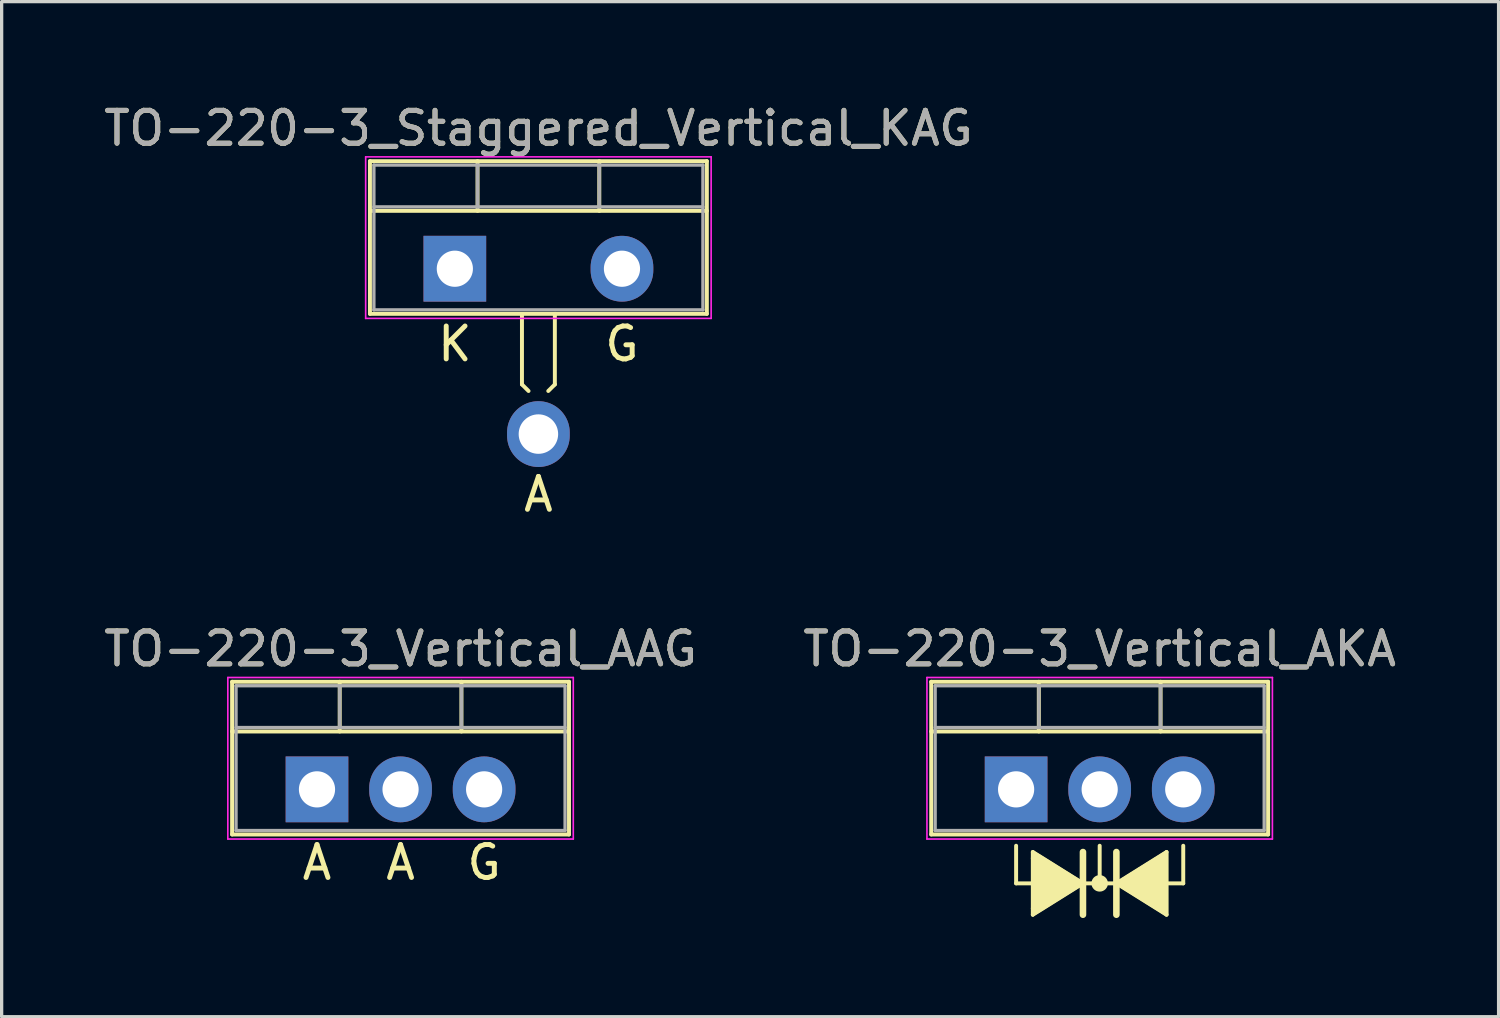
<source format=kicad_pcb>
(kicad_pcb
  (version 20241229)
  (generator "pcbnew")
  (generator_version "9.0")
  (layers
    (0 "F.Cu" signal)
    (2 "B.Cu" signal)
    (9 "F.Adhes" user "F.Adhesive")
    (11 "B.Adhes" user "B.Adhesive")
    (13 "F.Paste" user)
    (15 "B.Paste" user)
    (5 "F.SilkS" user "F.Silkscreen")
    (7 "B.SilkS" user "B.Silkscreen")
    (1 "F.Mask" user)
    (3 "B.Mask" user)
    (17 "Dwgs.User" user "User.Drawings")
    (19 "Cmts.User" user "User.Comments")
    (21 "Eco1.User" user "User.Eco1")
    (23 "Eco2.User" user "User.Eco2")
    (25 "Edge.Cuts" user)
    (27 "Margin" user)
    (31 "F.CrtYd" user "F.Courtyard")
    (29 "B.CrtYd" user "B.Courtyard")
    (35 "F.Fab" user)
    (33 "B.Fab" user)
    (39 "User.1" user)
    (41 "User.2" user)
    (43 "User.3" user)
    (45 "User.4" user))
  (footprint "TO-220-3_Staggered_Vertical_KAG"
    (layer "F.Cu")
    (at 10.775 5.118)
    (property "Reference" "TO-220-3_Staggered_Vertical_KAG" (at 2.54 -4.27 0) (layer "F.SilkS") (effects (font (size 1 1) (thickness 0.15))))
    (fp_line (start -2.58 -3.27) (end -2.58 1.371) (stroke (width 0.12) (type solid)) (layer "F.SilkS"))
    (fp_line (start -2.58 -3.27) (end 7.66 -3.27) (stroke (width 0.12) (type solid)) (layer "F.SilkS"))
    (fp_line (start -2.58 -1.76) (end 7.66 -1.76) (stroke (width 0.12) (type solid)) (layer "F.SilkS"))
    (fp_line (start -2.58 1.371) (end 3.048 1.371) (stroke (width 0.12) (type solid)) (layer "F.SilkS"))
    (fp_line (start 0.69 -3.27) (end 0.69 -1.76) (stroke (width 0.12) (type solid)) (layer "F.SilkS"))
    (fp_line (start 2.04 1.417) (end 2.04 3.517) (stroke (width 0.12) (type solid)) (layer "F.SilkS"))
    (fp_line (start 2.04 3.517) (end 2.24 3.716) (stroke (width 0.12) (type solid)) (layer "F.SilkS"))
    (fp_line (start 3.04 1.417) (end 3.04 3.517) (stroke (width 0.12) (type solid)) (layer "F.SilkS"))
    (fp_line (start 3.04 3.517) (end 2.84 3.716) (stroke (width 0.12) (type solid)) (layer "F.SilkS"))
    (fp_line (start 4.391 -3.27) (end 4.391 -1.76) (stroke (width 0.12) (type solid)) (layer "F.SilkS"))
    (fp_line (start 7.66 -3.27) (end 7.66 1.371) (stroke (width 0.12) (type solid)) (layer "F.SilkS"))
    (fp_line (start 7.66 1.371) (end 3.048 1.371) (stroke (width 0.12) (type solid)) (layer "F.SilkS"))
    (fp_line (start -2.71 -3.4) (end -2.71 1.51) (stroke (width 0.05) (type solid)) (layer "F.CrtYd"))
    (fp_line (start -2.71 1.51) (end 7.79 1.51) (stroke (width 0.05) (type solid)) (layer "F.CrtYd"))
    (fp_line (start 7.79 -3.4) (end -2.71 -3.4) (stroke (width 0.05) (type solid)) (layer "F.CrtYd"))
    (fp_line (start 7.79 1.51) (end 7.79 -3.4) (stroke (width 0.05) (type solid)) (layer "F.CrtYd"))
    (fp_line (start -2.46 -3.15) (end -2.46 1.25) (stroke (width 0.1) (type solid)) (layer "F.Fab"))
    (fp_line (start -2.46 -1.88) (end 7.54 -1.88) (stroke (width 0.1) (type solid)) (layer "F.Fab"))
    (fp_line (start -2.46 1.25) (end 7.54 1.25) (stroke (width 0.1) (type solid)) (layer "F.Fab"))
    (fp_line (start 0.69 -3.15) (end 0.69 -1.88) (stroke (width 0.1) (type solid)) (layer "F.Fab"))
    (fp_line (start 4.39 -3.15) (end 4.39 -1.88) (stroke (width 0.1) (type solid)) (layer "F.Fab"))
    (fp_line (start 7.54 -3.15) (end -2.46 -3.15) (stroke (width 0.1) (type solid)) (layer "F.Fab"))
    (fp_line (start 7.54 1.25) (end 7.54 -3.15) (stroke (width 0.1) (type solid)) (layer "F.Fab"))
    (fp_text user "A" (at 2.54 6.858 0) (unlocked yes) (layer "F.SilkS") (effects (font (size 1 1) (thickness 0.15))))
    (fp_text user "K" (at 0 2.286 0) (unlocked yes) (layer "F.SilkS") (effects (font (size 1 1) (thickness 0.15))))
    (fp_text user "G" (at 5.08 2.286 0) (unlocked yes) (layer "F.SilkS") (effects (font (size 1 1) (thickness 0.15))))
    (fp_text user "${REFERENCE}" (at 2.54 -4.27 0) (layer "F.Fab") (effects (font (size 1 1) (thickness 0.15))))
    (pad "1" thru_hole rect (at 0 0) (size 1.905 2) (drill 1.1) (layers "*.Cu" "*.Mask"))
    (pad "2" thru_hole oval (at 2.54 5.026) (size 1.905 2) (drill 1.2) (layers "*.Cu" "*.Mask"))
    (pad "3" thru_hole oval (at 5.08 0) (size 1.905 2) (drill 1.1) (layers "*.Cu" "*.Mask")))
  (footprint "TO-220-3_Vertical_AAG"
    (layer "F.Cu")
    (at 6.585 20.943)
    (property "Reference" "TO-220-3_Vertical_AAG" (at 2.54 -4.27 0) (layer "F.SilkS") (effects (font (size 1 1) (thickness 0.15))))
    (fp_line (start -2.58 -3.27) (end -2.58 1.371) (stroke (width 0.12) (type solid)) (layer "F.SilkS"))
    (fp_line (start -2.58 -3.27) (end 7.66 -3.27) (stroke (width 0.12) (type solid)) (layer "F.SilkS"))
    (fp_line (start -2.58 -1.76) (end 7.66 -1.76) (stroke (width 0.12) (type solid)) (layer "F.SilkS"))
    (fp_line (start -2.58 1.371) (end 7.66 1.371) (stroke (width 0.12) (type solid)) (layer "F.SilkS"))
    (fp_line (start 0.69 -3.27) (end 0.69 -1.76) (stroke (width 0.12) (type solid)) (layer "F.SilkS"))
    (fp_line (start 4.391 -3.27) (end 4.391 -1.76) (stroke (width 0.12) (type solid)) (layer "F.SilkS"))
    (fp_line (start 7.66 -3.27) (end 7.66 1.371) (stroke (width 0.12) (type solid)) (layer "F.SilkS"))
    (fp_line (start -2.71 -3.4) (end -2.71 1.51) (stroke (width 0.05) (type solid)) (layer "F.CrtYd"))
    (fp_line (start -2.71 1.51) (end 7.79 1.51) (stroke (width 0.05) (type solid)) (layer "F.CrtYd"))
    (fp_line (start 7.79 -3.4) (end -2.71 -3.4) (stroke (width 0.05) (type solid)) (layer "F.CrtYd"))
    (fp_line (start 7.79 1.51) (end 7.79 -3.4) (stroke (width 0.05) (type solid)) (layer "F.CrtYd"))
    (fp_line (start -2.46 -3.15) (end -2.46 1.25) (stroke (width 0.1) (type solid)) (layer "F.Fab"))
    (fp_line (start -2.46 -1.88) (end 7.54 -1.88) (stroke (width 0.1) (type solid)) (layer "F.Fab"))
    (fp_line (start -2.46 1.25) (end 7.54 1.25) (stroke (width 0.1) (type solid)) (layer "F.Fab"))
    (fp_line (start 0.69 -3.15) (end 0.69 -1.88) (stroke (width 0.1) (type solid)) (layer "F.Fab"))
    (fp_line (start 4.39 -3.15) (end 4.39 -1.88) (stroke (width 0.1) (type solid)) (layer "F.Fab"))
    (fp_line (start 7.54 -3.15) (end -2.46 -3.15) (stroke (width 0.1) (type solid)) (layer "F.Fab"))
    (fp_line (start 7.54 1.25) (end 7.54 -3.15) (stroke (width 0.1) (type solid)) (layer "F.Fab"))
    (fp_text user "A" (at 0 2.223 0) (unlocked yes) (layer "F.SilkS") (effects (font (size 1 1) (thickness 0.15))))
    (fp_text user "A" (at 2.54 2.223 0) (unlocked yes) (layer "F.SilkS") (effects (font (size 1 1) (thickness 0.15))))
    (fp_text user "G" (at 5.08 2.223 0) (unlocked yes) (layer "F.SilkS") (effects (font (size 1 1) (thickness 0.15))))
    (fp_text user "${REFERENCE}" (at 2.54 -4.27 0) (layer "F.Fab") (effects (font (size 1 1) (thickness 0.15))))
    (pad "1" thru_hole rect (at 0 0) (size 1.905 2) (drill 1.1) (layers "*.Cu" "*.Mask"))
    (pad "2" thru_hole oval (at 2.54 0) (size 1.905 2) (drill 1.1) (layers "*.Cu" "*.Mask"))
    (pad "3" thru_hole oval (at 5.08 0) (size 1.905 2) (drill 1.1) (layers "*.Cu" "*.Mask")))
  (footprint "TO-220-3_Vertical_AKA"
    (layer "F.Cu")
    (at 27.835 20.943)
    (property "Reference" "TO-220-3_Vertical_AKA" (at 2.54 -4.27 0) (layer "F.SilkS") (effects (font (size 1 1) (thickness 0.15))))
    (attr through_hole)
    (fp_line (start -2.58 -3.27) (end -2.58 1.371) (stroke (width 0.12) (type solid)) (layer "F.SilkS"))
    (fp_line (start -2.58 -3.27) (end 7.66 -3.27) (stroke (width 0.12) (type solid)) (layer "F.SilkS"))
    (fp_line (start -2.58 -1.76) (end 7.66 -1.76) (stroke (width 0.12) (type solid)) (layer "F.SilkS"))
    (fp_line (start -2.58 1.371) (end 7.66 1.371) (stroke (width 0.12) (type solid)) (layer "F.SilkS"))
    (fp_line (start 0 1.714) (end 0 2.857) (stroke (width 0.12) (type solid)) (layer "F.SilkS"))
    (fp_line (start 0 2.857) (end 0.508 2.857) (stroke (width 0.12) (type solid)) (layer "F.SilkS"))
    (fp_line (start 0.508 2.095) (end 0.508 1.905) (stroke (width 0.12) (type solid)) (layer "F.SilkS"))
    (fp_line (start 0.508 2.095) (end 0.508 3.619) (stroke (width 0.12) (type solid)) (layer "F.SilkS"))
    (fp_line (start 0.508 3.619) (end 0.508 3.81) (stroke (width 0.12) (type solid)) (layer "F.SilkS"))
    (fp_line (start 0.69 -3.27) (end 0.69 -1.76) (stroke (width 0.12) (type solid)) (layer "F.SilkS"))
    (fp_line (start 2.032 2.857) (end 0.508 1.905) (stroke (width 0.12) (type solid)) (layer "F.SilkS"))
    (fp_line (start 2.032 2.857) (end 0.508 3.81) (stroke (width 0.12) (type solid)) (layer "F.SilkS"))
    (fp_line (start 2.032 3.81) (end 2.032 1.905) (stroke (width 0.2) (type solid)) (layer "F.SilkS"))
    (fp_line (start 2.54 1.714) (end 2.54 2.857) (stroke (width 0.12) (type solid)) (layer "F.SilkS"))
    (fp_line (start 2.54 2.857) (end 2.032 2.857) (stroke (width 0.12) (type solid)) (layer "F.SilkS"))
    (fp_line (start 2.54 2.857) (end 3.048 2.857) (stroke (width 0.12) (type solid)) (layer "F.SilkS"))
    (fp_line (start 3.048 1.905) (end 3.048 3.81) (stroke (width 0.2) (type solid)) (layer "F.SilkS"))
    (fp_line (start 3.048 2.857) (end 4.572 3.81) (stroke (width 0.12) (type solid)) (layer "F.SilkS"))
    (fp_line (start 4.391 -3.27) (end 4.391 -1.76) (stroke (width 0.12) (type solid)) (layer "F.SilkS"))
    (fp_line (start 4.572 1.905) (end 3.048 2.857) (stroke (width 0.12) (type solid)) (layer "F.SilkS"))
    (fp_line (start 4.572 3.81) (end 4.572 1.905) (stroke (width 0.12) (type solid)) (layer "F.SilkS"))
    (fp_line (start 5.08 1.714) (end 5.08 2.857) (stroke (width 0.12) (type solid)) (layer "F.SilkS"))
    (fp_line (start 5.08 2.857) (end 4.572 2.857) (stroke (width 0.12) (type solid)) (layer "F.SilkS"))
    (fp_line (start 7.66 -3.27) (end 7.66 1.371) (stroke (width 0.12) (type solid)) (layer "F.SilkS"))
    (fp_circle (center 2.54 2.857) (end 2.54 2.921) (stroke (width 0.12) (type solid)) (fill no) (layer "F.SilkS"))
    (fp_circle (center 2.54 2.857) (end 2.54 2.985) (stroke (width 0.12) (type solid)) (fill no) (layer "F.SilkS"))
    (fp_circle (center 2.54 2.857) (end 2.54 3.048) (stroke (width 0.12) (type solid)) (fill no) (layer "F.SilkS"))
    (fp_poly (pts (xy 2.032 2.857) (xy 0.508 3.81) (xy 0.508 1.905)) (stroke (width 0.1) (type solid)) (fill yes) (layer "F.SilkS"))
    (fp_poly (pts (xy 4.572 3.81) (xy 3.048 2.857) (xy 4.572 1.905)) (stroke (width 0.1) (type solid)) (fill yes) (layer "F.SilkS"))
    (fp_line (start -2.71 -3.4) (end -2.71 1.51) (stroke (width 0.05) (type solid)) (layer "F.CrtYd"))
    (fp_line (start -2.71 1.51) (end 7.79 1.51) (stroke (width 0.05) (type solid)) (layer "F.CrtYd"))
    (fp_line (start 7.79 -3.4) (end -2.71 -3.4) (stroke (width 0.05) (type solid)) (layer "F.CrtYd"))
    (fp_line (start 7.79 1.51) (end 7.79 -3.4) (stroke (width 0.05) (type solid)) (layer "F.CrtYd"))
    (fp_line (start -2.46 -3.15) (end -2.46 1.25) (stroke (width 0.1) (type solid)) (layer "F.Fab"))
    (fp_line (start -2.46 -1.88) (end 7.54 -1.88) (stroke (width 0.1) (type solid)) (layer "F.Fab"))
    (fp_line (start -2.46 1.25) (end 7.54 1.25) (stroke (width 0.1) (type solid)) (layer "F.Fab"))
    (fp_line (start 0.69 -3.15) (end 0.69 -1.88) (stroke (width 0.1) (type solid)) (layer "F.Fab"))
    (fp_line (start 4.39 -3.15) (end 4.39 -1.88) (stroke (width 0.1) (type solid)) (layer "F.Fab"))
    (fp_line (start 7.54 -3.15) (end -2.46 -3.15) (stroke (width 0.1) (type solid)) (layer "F.Fab"))
    (fp_line (start 7.54 1.25) (end 7.54 -3.15) (stroke (width 0.1) (type solid)) (layer "F.Fab"))
    (fp_text user "${REFERENCE}" (at 2.54 -4.27 0) (layer "F.Fab") (effects (font (size 1 1) (thickness 0.15))))
    (pad "1" thru_hole rect (at 0 0) (size 1.905 2) (drill 1.1) (layers "*.Cu" "*.Mask"))
    (pad "2" thru_hole oval (at 2.54 0) (size 1.905 2) (drill 1.1) (layers "*.Cu" "*.Mask"))
    (pad "3" thru_hole oval (at 5.08 0) (size 1.905 2) (drill 1.1) (layers "*.Cu" "*.Mask")))
  (gr_rect
    (start -3 -3)
    (end 42.5 27.853)
    (stroke (width 0.1) (type default))
    (fill no)
    (layer "Edge.Cuts")))
</source>
